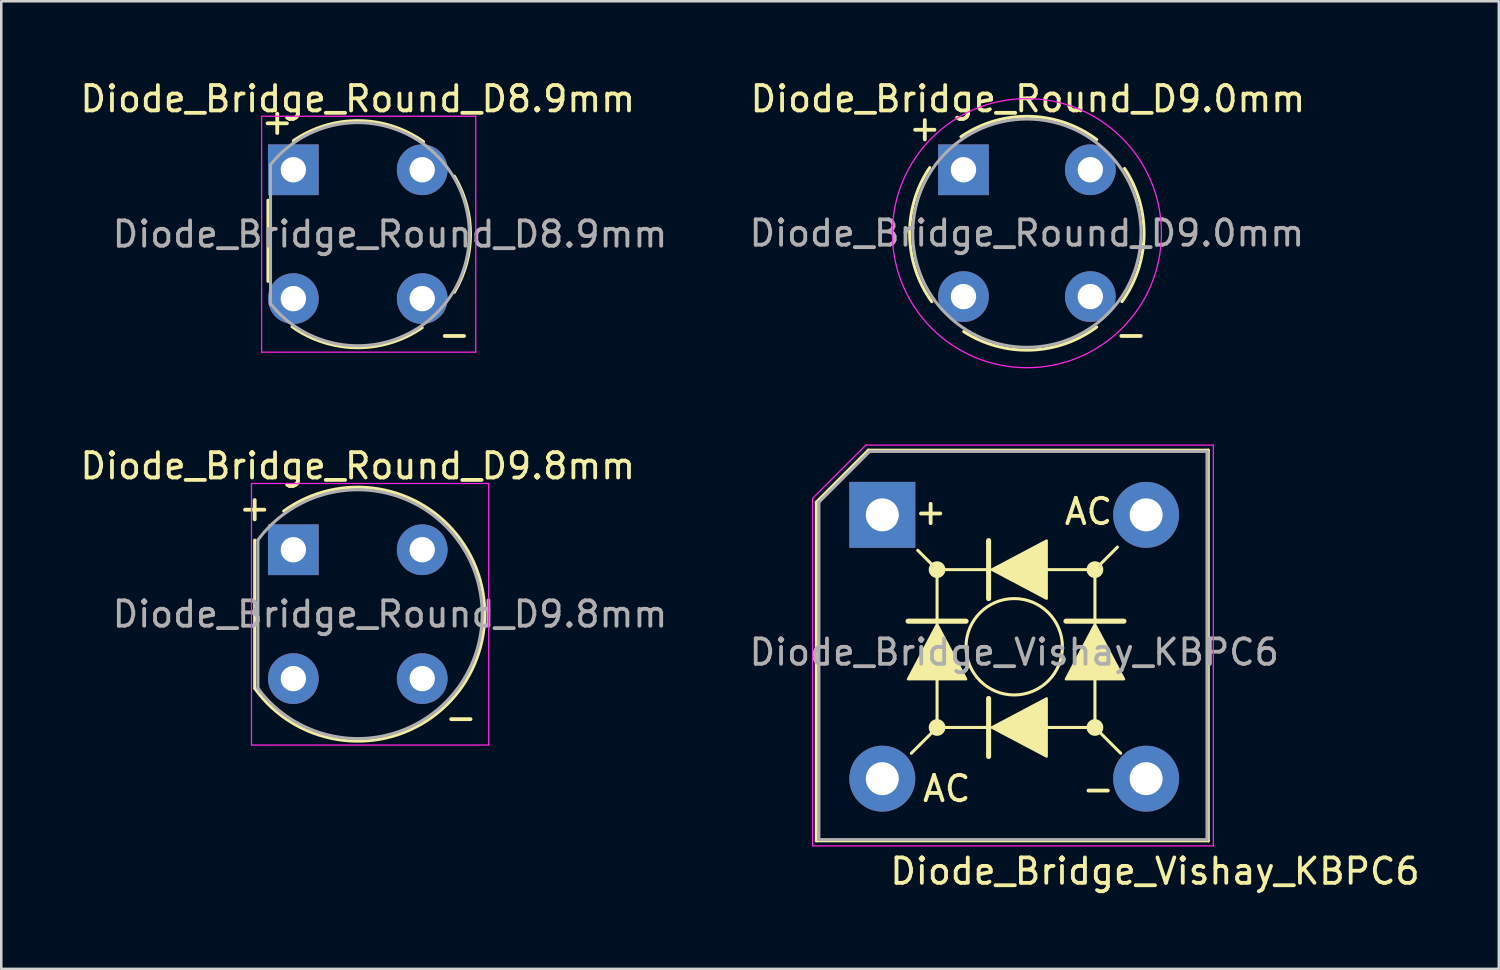
<source format=kicad_pcb>
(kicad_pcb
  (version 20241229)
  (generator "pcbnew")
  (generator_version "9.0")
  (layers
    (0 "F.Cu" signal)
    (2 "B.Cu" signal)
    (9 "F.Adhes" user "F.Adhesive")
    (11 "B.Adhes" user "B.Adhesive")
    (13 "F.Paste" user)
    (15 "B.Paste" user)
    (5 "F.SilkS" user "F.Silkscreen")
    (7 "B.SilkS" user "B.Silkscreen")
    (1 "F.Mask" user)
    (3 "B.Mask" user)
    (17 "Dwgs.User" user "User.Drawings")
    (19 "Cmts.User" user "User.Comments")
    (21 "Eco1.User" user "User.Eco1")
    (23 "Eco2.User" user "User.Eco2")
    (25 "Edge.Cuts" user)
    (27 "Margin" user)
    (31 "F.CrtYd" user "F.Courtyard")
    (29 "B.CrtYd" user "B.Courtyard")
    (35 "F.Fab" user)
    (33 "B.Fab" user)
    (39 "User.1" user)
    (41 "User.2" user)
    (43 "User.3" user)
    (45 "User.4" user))
  (footprint "Diode_Bridge_Round_D8.9mm"
    (layer "F.Cu")
    (at 8.514 3.642)
    (property "Reference" "Diode_Bridge_Round_D8.9mm" (at 2.54 -2.794 0) (layer "F.SilkS") (effects (font (size 1 1) (thickness 0.15))))
    (attr through_hole)
    (fp_line (start -1 1.2) (end -1 4.4) (stroke (width 0.12) (type solid)) (layer "F.SilkS"))
    (fp_arc (start 0 -1.143) (mid 2.571836 -1.933821) (end 5.132157 -1.106479) (stroke (width 0.12) (type solid)) (layer "F.SilkS"))
    (fp_arc (start 5.08 6.223) (mid 2.508164 7.013821) (end -0.052157 6.186479) (stroke (width 0.12) (type solid)) (layer "F.SilkS"))
    (fp_arc (start 6.35 0.254) (mid 6.983184 2.54281) (end 6.347105 4.830818) (stroke (width 0.12) (type solid)) (layer "F.SilkS"))
    (fp_line (start -1.25 -2.11) (end -1.25 7.19) (stroke (width 0.05) (type solid)) (layer "F.CrtYd"))
    (fp_line (start -1.25 -2.11) (end 7.19 -2.11) (stroke (width 0.05) (type solid)) (layer "F.CrtYd"))
    (fp_line (start 7.19 7.19) (end -1.25 7.19) (stroke (width 0.05) (type solid)) (layer "F.CrtYd"))
    (fp_line (start 7.19 7.19) (end 7.19 -2.11) (stroke (width 0.05) (type solid)) (layer "F.CrtYd"))
    (fp_line (start -0.9 -0.2) (end -0.9 5.3) (stroke (width 0.12) (type solid)) (layer "F.Fab"))
    (fp_arc (start -0.9 -0.2) (mid 6.937862 2.542896) (end -0.903606 5.275467) (stroke (width 0.12) (type solid)) (layer "F.Fab"))
    (fp_text user "-" (at 6.35 6.477 0) (layer "F.SilkS") (effects (font (size 1 1) (thickness 0.15))))
    (fp_text user "+" (at -0.635 -1.905 0) (layer "F.SilkS") (effects (font (size 1 1) (thickness 0.15))))
    (fp_text user "${REFERENCE}" (at 3.81 2.54 0) (layer "F.Fab") (effects (font (size 1 1) (thickness 0.15))))
    (pad "1" thru_hole rect (at 0 0) (size 2 2) (drill 1) (layers "*.Cu" "*.Mask"))
    (pad "2" thru_hole oval (at 0 5.08) (size 2 2) (drill 1) (layers "*.Cu" "*.Mask"))
    (pad "3" thru_hole oval (at 5.08 5.08) (size 2 2) (drill 1) (layers "*.Cu" "*.Mask"))
    (pad "4" thru_hole oval (at 5.08 0) (size 2 2) (drill 1) (layers "*.Cu" "*.Mask")))
  (footprint "Diode_Bridge_Round_D9.8mm"
    (layer "F.Cu")
    (at 8.514 18.621)
    (property "Reference" "Diode_Bridge_Round_D9.8mm" (at 2.54 -3.302 0) (layer "F.SilkS") (effects (font (size 1 1) (thickness 0.15))))
    (attr through_hole)
    (fp_line (start -1.524 -0.381) (end -1.524 5.461) (stroke (width 0.12) (type solid)) (layer "F.SilkS"))
    (fp_arc (start -0.381 -1.524) (mid 7.479141 3.348223) (end -1.524 5.461) (stroke (width 0.12) (type solid)) (layer "F.SilkS"))
    (fp_line (start -1.65 -2.61) (end -1.65 7.7) (stroke (width 0.05) (type solid)) (layer "F.CrtYd"))
    (fp_line (start -1.65 -2.61) (end 7.7 -2.61) (stroke (width 0.05) (type solid)) (layer "F.CrtYd"))
    (fp_line (start 7.7 7.7) (end -1.65 7.7) (stroke (width 0.05) (type solid)) (layer "F.CrtYd"))
    (fp_line (start 7.7 7.7) (end 7.7 -2.61) (stroke (width 0.05) (type solid)) (layer "F.CrtYd"))
    (fp_line (start -1.397 5.461) (end -1.397 -0.381) (stroke (width 0.12) (type solid)) (layer "F.Fab"))
    (fp_arc (start -1.4 -0.38) (mid 7.444079 2.54366) (end -1.404354 5.454115) (stroke (width 0.12) (type solid)) (layer "F.Fab"))
    (fp_text user "+" (at -1.524 -1.651 0) (layer "F.SilkS") (effects (font (size 1 1) (thickness 0.15))))
    (fp_text user "-" (at 6.604 6.604 0) (layer "F.SilkS") (effects (font (size 1 1) (thickness 0.15))))
    (fp_text user "${REFERENCE}" (at 3.81 2.54 0) (layer "F.Fab") (effects (font (size 1 1) (thickness 0.15))))
    (pad "1" thru_hole rect (at 0 0) (size 2 2) (drill 1) (layers "*.Cu" "*.Mask"))
    (pad "2" thru_hole oval (at 0 5.08) (size 2 2) (drill 1) (layers "*.Cu" "*.Mask"))
    (pad "3" thru_hole oval (at 5.08 5.08) (size 2 2) (drill 1) (layers "*.Cu" "*.Mask"))
    (pad "4" thru_hole oval (at 5.08 0) (size 2 2) (drill 1) (layers "*.Cu" "*.Mask")))
  (footprint "Diode_Bridge_Round_D9.0mm"
    (layer "F.Cu")
    (at 34.931 3.642)
    (property "Reference" "Diode_Bridge_Round_D9.0mm" (at 2.54 -2.794 0) (layer "F.SilkS") (effects (font (size 1 1) (thickness 0.15))))
    (attr through_hole)
    (fp_arc (start -1.25 5.2) (mid -2.120355 2.569427) (end -1.329431 -0.086109) (stroke (width 0.12) (type solid)) (layer "F.SilkS"))
    (fp_arc (start -0.1 -1.3) (mid 2.595106 -2.103363) (end 5.254731 -1.189371) (stroke (width 0.12) (type solid)) (layer "F.SilkS"))
    (fp_arc (start 5.25 6.2) (mid 2.657169 7.107363) (end 0.008533 6.3788) (stroke (width 0.12) (type solid)) (layer "F.SilkS"))
    (fp_arc (start 6.35 -0.05) (mid 7.117021 2.590098) (end 6.247584 5.198261) (stroke (width 0.12) (type solid)) (layer "F.SilkS"))
    (fp_circle (center 2.5 2.5) (end -1.3 -1.2) (stroke (width 0.05) (type solid)) (fill no) (layer "F.CrtYd"))
    (fp_arc (start -2 2.5) (mid 7 2.5) (end -2 2.5) (stroke (width 0.12) (type solid)) (layer "F.Fab"))
    (fp_text user "+" (at -1.524 -1.651 0) (layer "F.SilkS") (effects (font (size 1 1) (thickness 0.15))))
    (fp_text user "-" (at 6.604 6.477 0) (layer "F.SilkS") (effects (font (size 1 1) (thickness 0.15))))
    (fp_text user "${REFERENCE}" (at 2.5 2.5 0) (layer "F.Fab") (effects (font (size 1 1) (thickness 0.15))))
    (pad "1" thru_hole rect (at 0 0) (size 2 2) (drill 1) (layers "*.Cu" "*.Mask"))
    (pad "2" thru_hole oval (at 0 5) (size 2 2) (drill 1) (layers "*.Cu" "*.Mask"))
    (pad "3" thru_hole oval (at 5 5) (size 2 2) (drill 1) (layers "*.Cu" "*.Mask"))
    (pad "4" thru_hole oval (at 5 0) (size 2 2) (drill 1) (layers "*.Cu" "*.Mask")))
  (footprint "Diode_Bridge_Vishay_KBPC6"
    (layer "F.Cu")
    (at 31.731 17.246)
    (property "Reference" "Diode_Bridge_Vishay_KBPC6" (at 10.75 14.05 180) (layer "F.SilkS") (effects (font (size 1 1) (thickness 0.15))))
    (fp_line (start -2.6 -0.5) (end -2.6 12.85) (stroke (width 0.12) (type solid)) (layer "F.SilkS"))
    (fp_line (start -2.6 12.85) (end 12.85 12.85) (stroke (width 0.12) (type solid)) (layer "F.SilkS"))
    (fp_line (start -0.55 -2.55) (end -2.6 -0.5) (stroke (width 0.12) (type solid)) (layer "F.SilkS"))
    (fp_line (start 1.143 9.398) (end 2.159 8.382) (stroke (width 0.12) (type solid)) (layer "F.SilkS"))
    (fp_line (start 1.397 1.397) (end 2.159 2.159) (stroke (width 0.12) (type solid)) (layer "F.SilkS"))
    (fp_line (start 2.159 4.191) (end 1.016 4.191) (stroke (width 0.2) (type solid)) (layer "F.SilkS"))
    (fp_line (start 2.159 4.191) (end 2.159 2.159) (stroke (width 0.12) (type solid)) (layer "F.SilkS"))
    (fp_line (start 2.159 8.128) (end 2.159 6.477) (stroke (width 0.12) (type solid)) (layer "F.SilkS"))
    (fp_line (start 3.302 4.191) (end 2.159 4.191) (stroke (width 0.2) (type solid)) (layer "F.SilkS"))
    (fp_line (start 4.191 1.016) (end 4.191 2.159) (stroke (width 0.2) (type solid)) (layer "F.SilkS"))
    (fp_line (start 4.191 2.159) (end 2.159 2.159) (stroke (width 0.12) (type solid)) (layer "F.SilkS"))
    (fp_line (start 4.191 2.159) (end 4.191 3.302) (stroke (width 0.2) (type solid)) (layer "F.SilkS"))
    (fp_line (start 4.191 7.239) (end 4.191 8.382) (stroke (width 0.2) (type solid)) (layer "F.SilkS"))
    (fp_line (start 4.191 8.382) (end 2.159 8.382) (stroke (width 0.12) (type solid)) (layer "F.SilkS"))
    (fp_line (start 4.191 8.382) (end 4.191 9.525) (stroke (width 0.2) (type solid)) (layer "F.SilkS"))
    (fp_line (start 8.128 2.159) (end 6.477 2.159) (stroke (width 0.12) (type solid)) (layer "F.SilkS"))
    (fp_line (start 8.292 8.382) (end 6.477 8.382) (stroke (width 0.12) (type solid)) (layer "F.SilkS"))
    (fp_line (start 8.382 4.191) (end 7.239 4.191) (stroke (width 0.2) (type solid)) (layer "F.SilkS"))
    (fp_line (start 8.382 4.191) (end 8.382 2.159) (stroke (width 0.12) (type solid)) (layer "F.SilkS"))
    (fp_line (start 8.382 8.382) (end 8.382 6.477) (stroke (width 0.12) (type solid)) (layer "F.SilkS"))
    (fp_line (start 9.271 1.27) (end 8.255 2.286) (stroke (width 0.12) (type solid)) (layer "F.SilkS"))
    (fp_line (start 9.398 9.398) (end 8.382 8.382) (stroke (width 0.12) (type solid)) (layer "F.SilkS"))
    (fp_line (start 9.525 4.191) (end 8.382 4.191) (stroke (width 0.2) (type solid)) (layer "F.SilkS"))
    (fp_line (start 12.85 -2.55) (end -0.55 -2.55) (stroke (width 0.12) (type solid)) (layer "F.SilkS"))
    (fp_line (start 12.85 12.85) (end 12.85 -2.55) (stroke (width 0.12) (type solid)) (layer "F.SilkS"))
    (fp_circle (center 2.159 2.159) (end 2.223 2.095) (stroke (width 0.12) (type solid)) (fill no) (layer "F.SilkS"))
    (fp_circle (center 2.159 2.159) (end 2.286 2.032) (stroke (width 0.12) (type solid)) (fill no) (layer "F.SilkS"))
    (fp_circle (center 2.159 2.159) (end 2.349 1.968) (stroke (width 0.12) (type solid)) (fill no) (layer "F.SilkS"))
    (fp_circle (center 2.159 8.382) (end 2.223 8.319) (stroke (width 0.12) (type solid)) (fill no) (layer "F.SilkS"))
    (fp_circle (center 2.159 8.382) (end 2.286 8.255) (stroke (width 0.12) (type solid)) (fill no) (layer "F.SilkS"))
    (fp_circle (center 2.159 8.382) (end 2.349 8.191) (stroke (width 0.12) (type solid)) (fill no) (layer "F.SilkS"))
    (fp_circle (center 5.2 5.2) (end 5.2 7.1) (stroke (width 0.12) (type solid)) (fill no) (layer "F.SilkS"))
    (fp_circle (center 8.382 2.159) (end 8.445 2.095) (stroke (width 0.12) (type solid)) (fill no) (layer "F.SilkS"))
    (fp_circle (center 8.382 2.159) (end 8.509 2.032) (stroke (width 0.12) (type solid)) (fill no) (layer "F.SilkS"))
    (fp_circle (center 8.382 2.159) (end 8.572 1.968) (stroke (width 0.12) (type solid)) (fill no) (layer "F.SilkS"))
    (fp_circle (center 8.382 8.382) (end 8.445 8.319) (stroke (width 0.12) (type solid)) (fill no) (layer "F.SilkS"))
    (fp_circle (center 8.382 8.382) (end 8.509 8.255) (stroke (width 0.12) (type solid)) (fill no) (layer "F.SilkS"))
    (fp_circle (center 8.382 8.382) (end 8.572 8.191) (stroke (width 0.12) (type solid)) (fill no) (layer "F.SilkS"))
    (fp_poly (pts (xy 3.302 6.477) (xy 1.016 6.477) (xy 2.159 4.318)) (stroke (width 0.1) (type solid)) (fill yes) (layer "F.SilkS"))
    (fp_poly (pts (xy 6.477 1.016) (xy 6.477 3.302) (xy 4.318 2.159)) (stroke (width 0.1) (type solid)) (fill yes) (layer "F.SilkS"))
    (fp_poly (pts (xy 6.477 7.239) (xy 6.477 9.525) (xy 4.318 8.382)) (stroke (width 0.1) (type solid)) (fill yes) (layer "F.SilkS"))
    (fp_poly (pts (xy 9.525 6.477) (xy 7.239 6.477) (xy 8.382 4.318)) (stroke (width 0.1) (type solid)) (fill yes) (layer "F.SilkS"))
    (fp_line (start -2.75 -0.65) (end -0.65 -2.75) (stroke (width 0.05) (type solid)) (layer "F.CrtYd"))
    (fp_line (start -2.75 13.05) (end -2.75 -0.65) (stroke (width 0.05) (type solid)) (layer "F.CrtYd"))
    (fp_line (start -0.65 -2.75) (end 13.05 -2.75) (stroke (width 0.05) (type solid)) (layer "F.CrtYd"))
    (fp_line (start 13.05 -2.75) (end 13.05 13.05) (stroke (width 0.05) (type solid)) (layer "F.CrtYd"))
    (fp_line (start 13.05 13.05) (end -2.75 13.05) (stroke (width 0.05) (type solid)) (layer "F.CrtYd"))
    (fp_line (start -2.5 -0.5) (end -0.5 -2.5) (stroke (width 0.12) (type solid)) (layer "F.Fab"))
    (fp_line (start -2.5 12.8) (end -2.5 -0.5) (stroke (width 0.12) (type solid)) (layer "F.Fab"))
    (fp_line (start -0.5 -2.5) (end 12.8 -2.5) (stroke (width 0.12) (type solid)) (layer "F.Fab"))
    (fp_line (start 12.8 -2.5) (end 12.8 12.8) (stroke (width 0.12) (type solid)) (layer "F.Fab"))
    (fp_line (start 12.8 12.8) (end -2.5 12.8) (stroke (width 0.12) (type solid)) (layer "F.Fab"))
    (fp_text user "+" (at 1.905 -0.127 0) (layer "F.SilkS") (effects (font (size 1 1) (thickness 0.15))))
    (fp_text user "-" (at 8.509 10.795 0) (layer "F.SilkS") (effects (font (size 1 1) (thickness 0.15))))
    (fp_text user "AC" (at 2.54 10.795 0) (layer "F.SilkS") (effects (font (size 1 1) (thickness 0.15))))
    (fp_text user "AC" (at 8.128 -0.127 0) (layer "F.SilkS") (effects (font (size 1 1) (thickness 0.15))))
    (fp_text user "${REFERENCE}" (at 5.2 5.415 180) (layer "F.Fab") (effects (font (size 1 1) (thickness 0.15))))
    (pad "1" thru_hole rect (at 0 0) (size 2.6 2.6) (drill 1.3) (layers "*.Cu" "*.Mask"))
    (pad "2" thru_hole circle (at 0 10.4) (size 2.6 2.6) (drill 1.3) (layers "*.Cu" "*.Mask"))
    (pad "3" thru_hole circle (at 10.4 10.4) (size 2.6 2.6) (drill 1.3) (layers "*.Cu" "*.Mask"))
    (pad "4" thru_hole circle (at 10.4 0) (size 2.6 2.6) (drill 1.3) (layers "*.Cu" "*.Mask")))
  (gr_rect
    (start -3 -3)
    (end 56.034 35.144)
    (stroke (width 0.1) (type default))
    (fill no)
    (layer "Edge.Cuts")))
</source>
